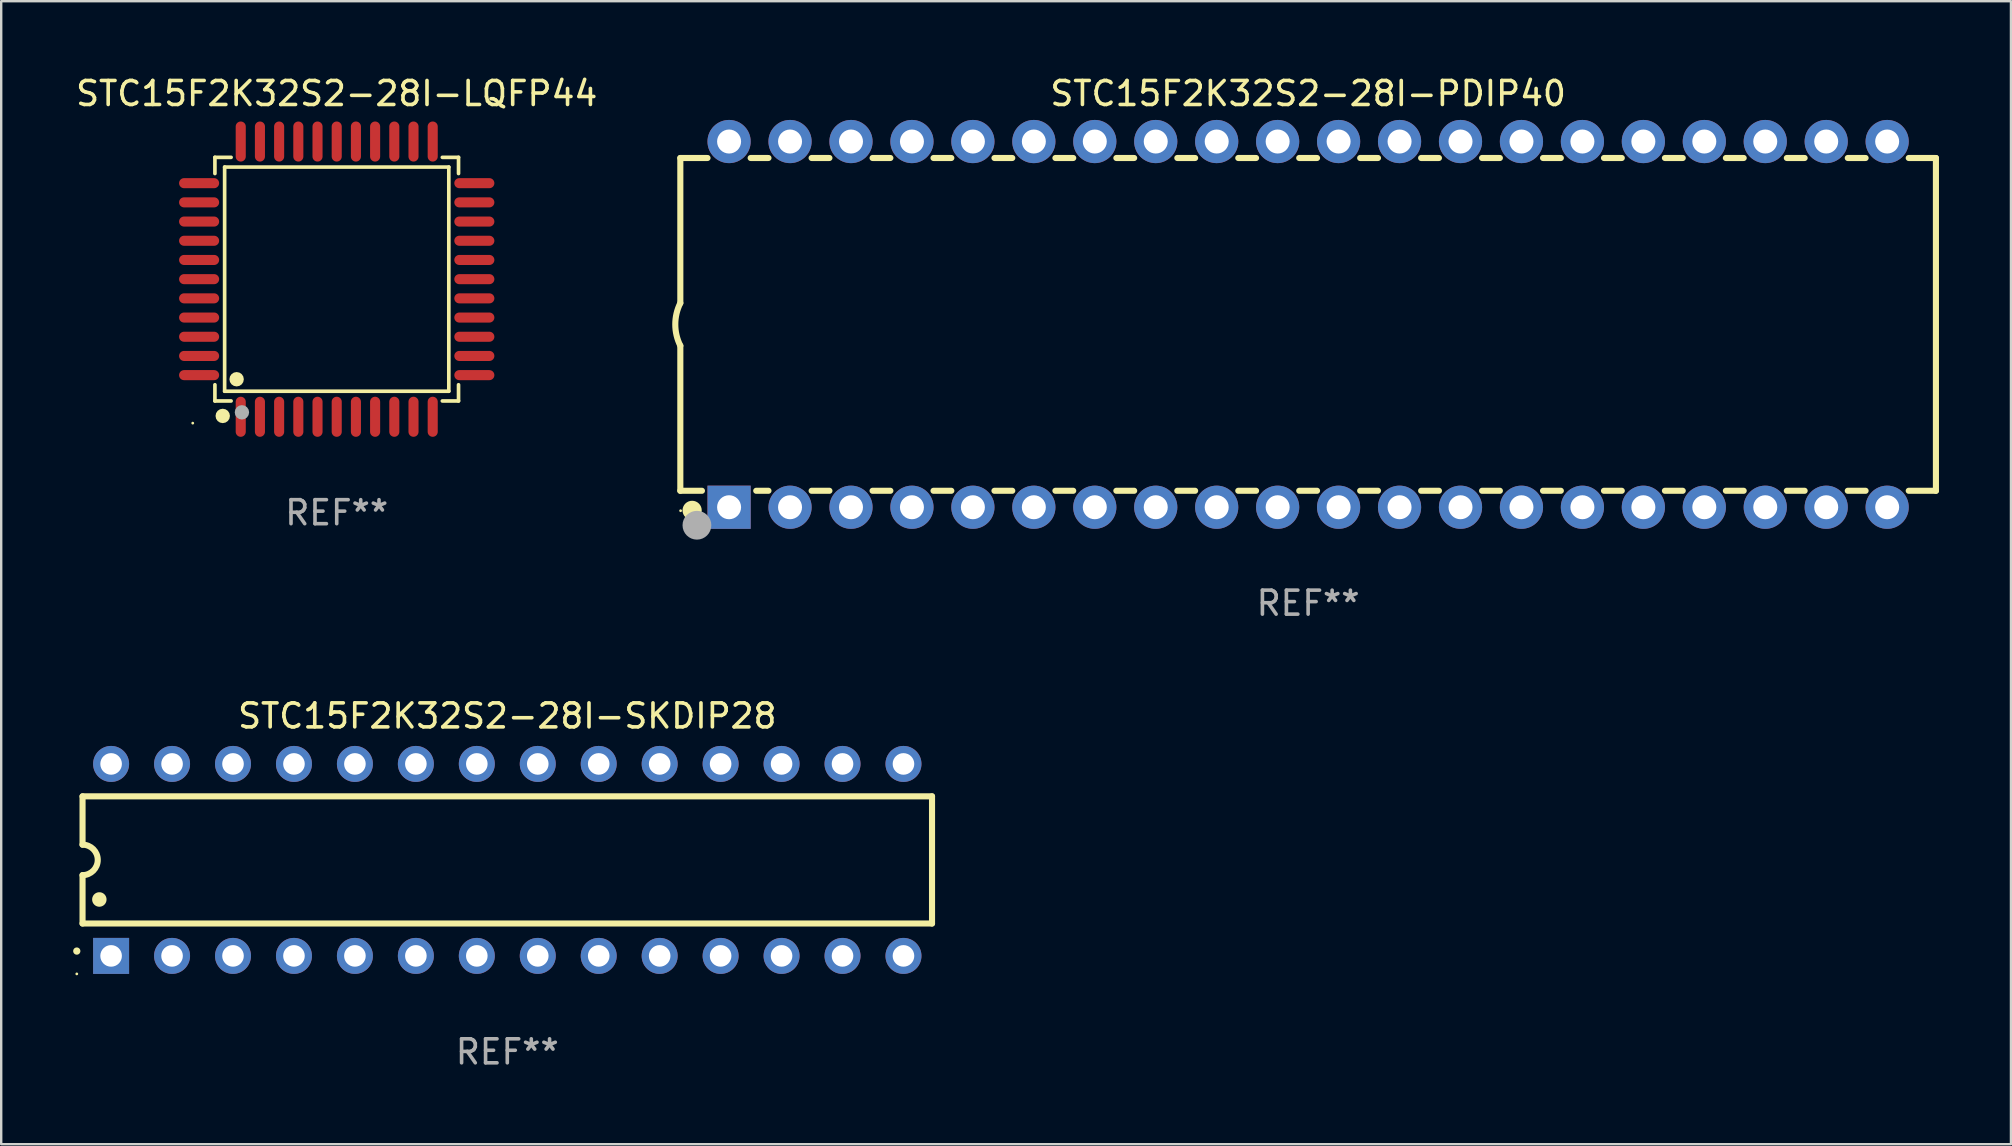
<source format=kicad_pcb>
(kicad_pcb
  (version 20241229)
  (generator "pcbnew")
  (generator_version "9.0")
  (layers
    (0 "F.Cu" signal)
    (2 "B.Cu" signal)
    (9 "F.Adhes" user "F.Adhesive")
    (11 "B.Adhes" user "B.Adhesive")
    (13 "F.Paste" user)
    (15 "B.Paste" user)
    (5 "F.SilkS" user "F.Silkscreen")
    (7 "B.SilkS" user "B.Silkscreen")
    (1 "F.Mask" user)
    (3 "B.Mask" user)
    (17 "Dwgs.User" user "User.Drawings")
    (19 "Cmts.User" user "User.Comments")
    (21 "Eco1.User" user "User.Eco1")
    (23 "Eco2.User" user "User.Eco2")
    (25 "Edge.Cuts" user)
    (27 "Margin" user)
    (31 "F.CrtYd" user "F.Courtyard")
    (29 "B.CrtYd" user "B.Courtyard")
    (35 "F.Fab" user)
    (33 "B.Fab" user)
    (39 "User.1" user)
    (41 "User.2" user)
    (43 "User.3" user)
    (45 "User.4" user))
  (footprint "STC15F2K32S2-28I-SKDIP28"
    (layer "F.Cu")
    (at 18.09 32.785)
    (property "Reference" "STC15F2K32S2-28I-SKDIP28" (at 0 -6 0) (layer "F.SilkS") (effects (font (size 1 1) (thickness 0.15))))
    (attr through_hole)
    (fp_line (start -17.7 -2.65) (end 17.7 -2.65) (stroke (width 0.254) (type solid)) (layer "F.SilkS"))
    (fp_line (start -17.7 -0.635) (end -17.7 -2.65) (stroke (width 0.254) (type solid)) (layer "F.SilkS"))
    (fp_line (start -17.7 2.65) (end -17.7 0.635) (stroke (width 0.254) (type solid)) (layer "F.SilkS"))
    (fp_line (start 17.7 -2.65) (end 17.7 2.65) (stroke (width 0.254) (type solid)) (layer "F.SilkS"))
    (fp_line (start 17.7 2.65) (end -17.7 2.65) (stroke (width 0.254) (type solid)) (layer "F.SilkS"))
    (fp_arc (start -17.940056 3.799848) (mid -17.940061 3.798578) (end -17.940056 3.797308) (stroke (width 0.3) (type solid)) (layer "F.SilkS"))
    (fp_arc (start -17.701295 -0.635001) (mid -17.066294 0) (end -17.701295 0.635001) (stroke (width 0.254001) (type solid)) (layer "F.SilkS"))
    (fp_arc (start -17.000254 1.651003) (mid -17.000265 1.648463) (end -17.000254 1.645923) (stroke (width 0.6) (type solid)) (layer "F.SilkS"))
    (fp_circle (center -17.94 4.75) (end -17.91 4.75) (stroke (width 0.06) (type solid)) (fill no) (layer "F.SilkS"))
    (fp_text user "REF**" (at 0 8 0) (layer "F.Fab") (effects (font (size 1 1) (thickness 0.15))))
    (pad "1" thru_hole rect (at -16.51 4 90) (size 1.5 1.5) (drill 0.9) (layers "*.Cu" "*.Mask"))
    (pad "2" thru_hole circle (at -13.97 4) (size 1.5 1.5) (drill 0.9) (layers "*.Cu" "*.Mask"))
    (pad "3" thru_hole circle (at -11.43 4) (size 1.5 1.5) (drill 0.9) (layers "*.Cu" "*.Mask"))
    (pad "4" thru_hole circle (at -8.89 4) (size 1.5 1.5) (drill 0.9) (layers "*.Cu" "*.Mask"))
    (pad "5" thru_hole circle (at -6.35 4) (size 1.5 1.5) (drill 0.9) (layers "*.Cu" "*.Mask"))
    (pad "6" thru_hole circle (at -3.81 4) (size 1.5 1.5) (drill 0.9) (layers "*.Cu" "*.Mask"))
    (pad "7" thru_hole circle (at -1.27 4) (size 1.5 1.5) (drill 0.9) (layers "*.Cu" "*.Mask"))
    (pad "8" thru_hole circle (at 1.27 4) (size 1.5 1.5) (drill 0.9) (layers "*.Cu" "*.Mask"))
    (pad "9" thru_hole circle (at 3.81 4) (size 1.5 1.5) (drill 0.9) (layers "*.Cu" "*.Mask"))
    (pad "10" thru_hole circle (at 6.35 4) (size 1.5 1.5) (drill 0.9) (layers "*.Cu" "*.Mask"))
    (pad "11" thru_hole circle (at 8.89 4) (size 1.5 1.5) (drill 0.9) (layers "*.Cu" "*.Mask"))
    (pad "12" thru_hole circle (at 11.43 4) (size 1.5 1.5) (drill 0.9) (layers "*.Cu" "*.Mask"))
    (pad "13" thru_hole circle (at 13.97 4) (size 1.5 1.5) (drill 0.9) (layers "*.Cu" "*.Mask"))
    (pad "14" thru_hole circle (at 16.51 4) (size 1.5 1.5) (drill 0.9) (layers "*.Cu" "*.Mask"))
    (pad "15" thru_hole circle (at 16.51 -4) (size 1.5 1.5) (drill 0.9) (layers "*.Cu" "*.Mask"))
    (pad "16" thru_hole circle (at 13.97 -4) (size 1.5 1.5) (drill 0.9) (layers "*.Cu" "*.Mask"))
    (pad "17" thru_hole circle (at 11.43 -4) (size 1.5 1.5) (drill 0.9) (layers "*.Cu" "*.Mask"))
    (pad "18" thru_hole circle (at 8.89 -4) (size 1.5 1.5) (drill 0.9) (layers "*.Cu" "*.Mask"))
    (pad "19" thru_hole circle (at 6.35 -4) (size 1.5 1.5) (drill 0.9) (layers "*.Cu" "*.Mask"))
    (pad "20" thru_hole circle (at 3.81 -4) (size 1.5 1.5) (drill 0.9) (layers "*.Cu" "*.Mask"))
    (pad "21" thru_hole circle (at 1.27 -4) (size 1.5 1.5) (drill 0.9) (layers "*.Cu" "*.Mask"))
    (pad "22" thru_hole circle (at -1.27 -4) (size 1.5 1.5) (drill 0.9) (layers "*.Cu" "*.Mask"))
    (pad "23" thru_hole circle (at -3.81 -4) (size 1.5 1.5) (drill 0.9) (layers "*.Cu" "*.Mask"))
    (pad "24" thru_hole circle (at -6.35 -4) (size 1.5 1.5) (drill 0.9) (layers "*.Cu" "*.Mask"))
    (pad "25" thru_hole circle (at -8.89 -4) (size 1.5 1.5) (drill 0.9) (layers "*.Cu" "*.Mask"))
    (pad "26" thru_hole circle (at -11.43 -4) (size 1.5 1.5) (drill 0.9) (layers "*.Cu" "*.Mask"))
    (pad "27" thru_hole circle (at -13.97 -4) (size 1.5 1.5) (drill 0.9) (layers "*.Cu" "*.Mask"))
    (pad "28" thru_hole circle (at -16.51 -4) (size 1.5 1.5) (drill 0.9) (layers "*.Cu" "*.Mask")))
  (footprint "STC15F2K32S2-28I-PDIP40"
    (layer "F.Cu")
    (at 51.463 10.468)
    (property "Reference" "STC15F2K32S2-28I-PDIP40" (at 0 -9.62 0) (layer "F.SilkS") (effects (font (size 1 1) (thickness 0.15))))
    (attr through_hole)
    (fp_line (start -26.162 -6.934) (end -26.162 -0.889) (stroke (width 0.254) (type solid)) (layer "F.SilkS"))
    (fp_line (start -26.162 -6.934) (end -25.029 -6.934) (stroke (width 0.254) (type solid)) (layer "F.SilkS"))
    (fp_line (start -26.162 6.934) (end -26.162 0.889) (stroke (width 0.254) (type solid)) (layer "F.SilkS"))
    (fp_line (start -26.162 6.934) (end -25.261 6.934) (stroke (width 0.254) (type solid)) (layer "F.SilkS"))
    (fp_line (start -23.231 -6.934) (end -22.489 -6.934) (stroke (width 0.254) (type solid)) (layer "F.SilkS"))
    (fp_line (start -22.999 6.934) (end -22.489 6.934) (stroke (width 0.254) (type solid)) (layer "F.SilkS"))
    (fp_line (start -20.691 -6.934) (end -19.949 -6.934) (stroke (width 0.254) (type solid)) (layer "F.SilkS"))
    (fp_line (start -20.691 6.934) (end -19.949 6.934) (stroke (width 0.254) (type solid)) (layer "F.SilkS"))
    (fp_line (start -18.151 -6.934) (end -17.409 -6.934) (stroke (width 0.254) (type solid)) (layer "F.SilkS"))
    (fp_line (start -18.151 6.934) (end -17.409 6.934) (stroke (width 0.254) (type solid)) (layer "F.SilkS"))
    (fp_line (start -15.611 -6.934) (end -14.869 -6.934) (stroke (width 0.254) (type solid)) (layer "F.SilkS"))
    (fp_line (start -15.611 6.934) (end -14.869 6.934) (stroke (width 0.254) (type solid)) (layer "F.SilkS"))
    (fp_line (start -13.071 -6.934) (end -12.329 -6.934) (stroke (width 0.254) (type solid)) (layer "F.SilkS"))
    (fp_line (start -13.071 6.934) (end -12.329 6.934) (stroke (width 0.254) (type solid)) (layer "F.SilkS"))
    (fp_line (start -10.531 -6.934) (end -9.789 -6.934) (stroke (width 0.254) (type solid)) (layer "F.SilkS"))
    (fp_line (start -10.531 6.934) (end -9.789 6.934) (stroke (width 0.254) (type solid)) (layer "F.SilkS"))
    (fp_line (start -7.991 -6.934) (end -7.249 -6.934) (stroke (width 0.254) (type solid)) (layer "F.SilkS"))
    (fp_line (start -7.991 6.934) (end -7.249 6.934) (stroke (width 0.254) (type solid)) (layer "F.SilkS"))
    (fp_line (start -5.451 -6.934) (end -4.709 -6.934) (stroke (width 0.254) (type solid)) (layer "F.SilkS"))
    (fp_line (start -5.451 6.934) (end -4.709 6.934) (stroke (width 0.254) (type solid)) (layer "F.SilkS"))
    (fp_line (start -2.911 -6.934) (end -2.169 -6.934) (stroke (width 0.254) (type solid)) (layer "F.SilkS"))
    (fp_line (start -2.911 6.934) (end -2.169 6.934) (stroke (width 0.254) (type solid)) (layer "F.SilkS"))
    (fp_line (start -0.371 -6.934) (end 0.371 -6.934) (stroke (width 0.254) (type solid)) (layer "F.SilkS"))
    (fp_line (start -0.371 6.934) (end 0.371 6.934) (stroke (width 0.254) (type solid)) (layer "F.SilkS"))
    (fp_line (start 2.169 -6.934) (end 2.911 -6.934) (stroke (width 0.254) (type solid)) (layer "F.SilkS"))
    (fp_line (start 2.169 6.934) (end 2.911 6.934) (stroke (width 0.254) (type solid)) (layer "F.SilkS"))
    (fp_line (start 4.709 -6.934) (end 5.451 -6.934) (stroke (width 0.254) (type solid)) (layer "F.SilkS"))
    (fp_line (start 4.709 6.934) (end 5.451 6.934) (stroke (width 0.254) (type solid)) (layer "F.SilkS"))
    (fp_line (start 7.249 -6.934) (end 7.991 -6.934) (stroke (width 0.254) (type solid)) (layer "F.SilkS"))
    (fp_line (start 7.249 6.934) (end 7.991 6.934) (stroke (width 0.254) (type solid)) (layer "F.SilkS"))
    (fp_line (start 9.789 -6.934) (end 10.531 -6.934) (stroke (width 0.254) (type solid)) (layer "F.SilkS"))
    (fp_line (start 9.789 6.934) (end 10.531 6.934) (stroke (width 0.254) (type solid)) (layer "F.SilkS"))
    (fp_line (start 12.329 -6.934) (end 13.071 -6.934) (stroke (width 0.254) (type solid)) (layer "F.SilkS"))
    (fp_line (start 12.329 6.934) (end 13.071 6.934) (stroke (width 0.254) (type solid)) (layer "F.SilkS"))
    (fp_line (start 14.869 -6.934) (end 15.611 -6.934) (stroke (width 0.254) (type solid)) (layer "F.SilkS"))
    (fp_line (start 14.869 6.934) (end 15.611 6.934) (stroke (width 0.254) (type solid)) (layer "F.SilkS"))
    (fp_line (start 17.409 -6.934) (end 18.151 -6.934) (stroke (width 0.254) (type solid)) (layer "F.SilkS"))
    (fp_line (start 17.409 6.934) (end 18.151 6.934) (stroke (width 0.254) (type solid)) (layer "F.SilkS"))
    (fp_line (start 19.949 -6.934) (end 20.691 -6.934) (stroke (width 0.254) (type solid)) (layer "F.SilkS"))
    (fp_line (start 19.949 6.934) (end 20.691 6.934) (stroke (width 0.254) (type solid)) (layer "F.SilkS"))
    (fp_line (start 22.489 -6.934) (end 23.231 -6.934) (stroke (width 0.254) (type solid)) (layer "F.SilkS"))
    (fp_line (start 22.489 6.934) (end 23.231 6.934) (stroke (width 0.254) (type solid)) (layer "F.SilkS"))
    (fp_line (start 25.029 -6.934) (end 26.162 -6.934) (stroke (width 0.254) (type solid)) (layer "F.SilkS"))
    (fp_line (start 25.029 6.934) (end 26.162 6.934) (stroke (width 0.254) (type solid)) (layer "F.SilkS"))
    (fp_line (start 26.162 -6.934) (end 26.162 6.934) (stroke (width 0.254) (type solid)) (layer "F.SilkS"))
    (fp_arc (start -26.162052 0.889001) (mid -26.371917 0) (end -26.162052 -0.889002) (stroke (width 0.254001) (type solid)) (layer "F.SilkS"))
    (fp_circle (center -26.15 7.765) (end -26.12 7.765) (stroke (width 0.06) (type solid)) (fill no) (layer "F.SilkS"))
    (fp_circle (center -25.67 7.75) (end -25.47 7.75) (stroke (width 0.4) (type solid)) (fill no) (layer "F.SilkS"))
    (fp_circle (center -25.47 8.37) (end -25.17 8.37) (stroke (width 0.6) (type solid)) (fill no) (layer "F.Fab"))
    (fp_text user "REF**" (at 0 11.62 0) (layer "F.Fab") (effects (font (size 1 1) (thickness 0.15))))
    (pad "1" thru_hole rect (at -24.13 7.62) (size 1.8 1.8) (drill 1) (layers "*.Cu" "*.Mask"))
    (pad "2" thru_hole circle (at -21.59 7.62) (size 1.8 1.8) (drill 1) (layers "*.Cu" "*.Mask"))
    (pad "3" thru_hole circle (at -19.05 7.62) (size 1.8 1.8) (drill 1) (layers "*.Cu" "*.Mask"))
    (pad "4" thru_hole circle (at -16.51 7.62) (size 1.8 1.8) (drill 1) (layers "*.Cu" "*.Mask"))
    (pad "5" thru_hole circle (at -13.97 7.62) (size 1.8 1.8) (drill 1) (layers "*.Cu" "*.Mask"))
    (pad "6" thru_hole circle (at -11.43 7.62) (size 1.8 1.8) (drill 1) (layers "*.Cu" "*.Mask"))
    (pad "7" thru_hole circle (at -8.89 7.62) (size 1.8 1.8) (drill 1) (layers "*.Cu" "*.Mask"))
    (pad "8" thru_hole circle (at -6.35 7.62) (size 1.8 1.8) (drill 1) (layers "*.Cu" "*.Mask"))
    (pad "9" thru_hole circle (at -3.81 7.62) (size 1.8 1.8) (drill 1) (layers "*.Cu" "*.Mask"))
    (pad "10" thru_hole circle (at -1.27 7.62) (size 1.8 1.8) (drill 1) (layers "*.Cu" "*.Mask"))
    (pad "11" thru_hole circle (at 1.27 7.62) (size 1.8 1.8) (drill 1) (layers "*.Cu" "*.Mask"))
    (pad "12" thru_hole circle (at 3.81 7.62) (size 1.8 1.8) (drill 1) (layers "*.Cu" "*.Mask"))
    (pad "13" thru_hole circle (at 6.35 7.62) (size 1.8 1.8) (drill 1) (layers "*.Cu" "*.Mask"))
    (pad "14" thru_hole circle (at 8.89 7.62) (size 1.8 1.8) (drill 1) (layers "*.Cu" "*.Mask"))
    (pad "15" thru_hole circle (at 11.43 7.62) (size 1.8 1.8) (drill 1) (layers "*.Cu" "*.Mask"))
    (pad "16" thru_hole circle (at 13.97 7.62) (size 1.8 1.8) (drill 1) (layers "*.Cu" "*.Mask"))
    (pad "17" thru_hole circle (at 16.51 7.62) (size 1.8 1.8) (drill 1) (layers "*.Cu" "*.Mask"))
    (pad "18" thru_hole circle (at 19.05 7.62) (size 1.8 1.8) (drill 1) (layers "*.Cu" "*.Mask"))
    (pad "19" thru_hole circle (at 21.59 7.62) (size 1.8 1.8) (drill 1) (layers "*.Cu" "*.Mask"))
    (pad "20" thru_hole circle (at 24.13 7.62) (size 1.8 1.8) (drill 1) (layers "*.Cu" "*.Mask"))
    (pad "21" thru_hole circle (at 24.13 -7.62) (size 1.8 1.8) (drill 1) (layers "*.Cu" "*.Mask"))
    (pad "22" thru_hole circle (at 21.59 -7.62) (size 1.8 1.8) (drill 1) (layers "*.Cu" "*.Mask"))
    (pad "23" thru_hole circle (at 19.05 -7.62) (size 1.8 1.8) (drill 1) (layers "*.Cu" "*.Mask"))
    (pad "24" thru_hole circle (at 16.51 -7.62) (size 1.8 1.8) (drill 1) (layers "*.Cu" "*.Mask"))
    (pad "25" thru_hole circle (at 13.97 -7.62) (size 1.8 1.8) (drill 1) (layers "*.Cu" "*.Mask"))
    (pad "26" thru_hole circle (at 11.43 -7.62) (size 1.8 1.8) (drill 1) (layers "*.Cu" "*.Mask"))
    (pad "27" thru_hole circle (at 8.89 -7.62) (size 1.8 1.8) (drill 1) (layers "*.Cu" "*.Mask"))
    (pad "28" thru_hole circle (at 6.35 -7.62) (size 1.8 1.8) (drill 1) (layers "*.Cu" "*.Mask"))
    (pad "29" thru_hole circle (at 3.81 -7.62) (size 1.8 1.8) (drill 1) (layers "*.Cu" "*.Mask"))
    (pad "30" thru_hole circle (at 1.27 -7.62) (size 1.8 1.8) (drill 1) (layers "*.Cu" "*.Mask"))
    (pad "31" thru_hole circle (at -1.27 -7.62) (size 1.8 1.8) (drill 1) (layers "*.Cu" "*.Mask"))
    (pad "32" thru_hole circle (at -3.81 -7.62) (size 1.8 1.8) (drill 1) (layers "*.Cu" "*.Mask"))
    (pad "33" thru_hole circle (at -6.35 -7.62) (size 1.8 1.8) (drill 1) (layers "*.Cu" "*.Mask"))
    (pad "34" thru_hole circle (at -8.89 -7.62) (size 1.8 1.8) (drill 1) (layers "*.Cu" "*.Mask"))
    (pad "35" thru_hole circle (at -11.43 -7.62) (size 1.8 1.8) (drill 1) (layers "*.Cu" "*.Mask"))
    (pad "36" thru_hole circle (at -13.97 -7.62) (size 1.8 1.8) (drill 1) (layers "*.Cu" "*.Mask"))
    (pad "37" thru_hole circle (at -16.51 -7.62) (size 1.8 1.8) (drill 1) (layers "*.Cu" "*.Mask"))
    (pad "38" thru_hole circle (at -19.05 -7.62) (size 1.8 1.8) (drill 1) (layers "*.Cu" "*.Mask"))
    (pad "39" thru_hole circle (at -21.59 -7.62) (size 1.8 1.8) (drill 1) (layers "*.Cu" "*.Mask"))
    (pad "40" thru_hole circle (at -24.13 -7.62) (size 1.8 1.8) (drill 1) (layers "*.Cu" "*.Mask")))
  (footprint "STC15F2K32S2-28I-LQFP44"
    (layer "F.Cu")
    (at 10.982 8.583)
    (property "Reference" "STC15F2K32S2-28I-LQFP44" (at 0 -7.735 0) (layer "F.SilkS") (effects (font (size 1 1) (thickness 0.15))))
    (attr through_hole)
    (fp_line (start -5.076 -5.076) (end -4.401 -5.076) (stroke (width 0.152) (type solid)) (layer "F.SilkS"))
    (fp_line (start -5.076 -4.401) (end -5.076 -5.076) (stroke (width 0.152) (type solid)) (layer "F.SilkS"))
    (fp_line (start -5.076 4.401) (end -5.076 5.076) (stroke (width 0.152) (type solid)) (layer "F.SilkS"))
    (fp_line (start -5.076 5.076) (end -4.401 5.076) (stroke (width 0.152) (type solid)) (layer "F.SilkS"))
    (fp_line (start -4.671 -4.671) (end 4.671 -4.671) (stroke (width 0.152) (type solid)) (layer "F.SilkS"))
    (fp_line (start -4.671 4.671) (end -4.671 -4.671) (stroke (width 0.152) (type solid)) (layer "F.SilkS"))
    (fp_line (start 4.671 -4.671) (end 4.671 4.671) (stroke (width 0.152) (type solid)) (layer "F.SilkS"))
    (fp_line (start 4.671 4.671) (end -4.671 4.671) (stroke (width 0.152) (type solid)) (layer "F.SilkS"))
    (fp_line (start 5.076 -5.076) (end 4.401 -5.076) (stroke (width 0.152) (type solid)) (layer "F.SilkS"))
    (fp_line (start 5.076 -4.401) (end 5.076 -5.076) (stroke (width 0.152) (type solid)) (layer "F.SilkS"))
    (fp_line (start 5.076 4.401) (end 5.076 5.076) (stroke (width 0.152) (type solid)) (layer "F.SilkS"))
    (fp_line (start 5.076 5.076) (end 4.401 5.076) (stroke (width 0.152) (type solid)) (layer "F.SilkS"))
    (fp_circle (center -6 6) (end -5.97 6) (stroke (width 0.06) (type solid)) (fill no) (layer "F.SilkS"))
    (fp_circle (center -4.75 5.7) (end -4.6 5.7) (stroke (width 0.3) (type solid)) (fill no) (layer "F.SilkS"))
    (fp_circle (center -4.171 4.171) (end -4.021 4.171) (stroke (width 0.3) (type solid)) (fill no) (layer "F.SilkS"))
    (fp_circle (center -3.95 5.55) (end -3.8 5.55) (stroke (width 0.3) (type solid)) (fill no) (layer "F.Fab"))
    (fp_text user "REF**" (at 0 9.735 0) (layer "F.Fab") (effects (font (size 1 1) (thickness 0.15))))
    (pad "1" smd oval (at -4 5.735) (size 0.42 1.67) (layers "F.Cu" "F.Mask" "F.Paste"))
    (pad "2" smd oval (at -3.2 5.735) (size 0.42 1.67) (layers "F.Cu" "F.Mask" "F.Paste"))
    (pad "3" smd oval (at -2.4 5.735) (size 0.42 1.67) (layers "F.Cu" "F.Mask" "F.Paste"))
    (pad "4" smd oval (at -1.6 5.735) (size 0.42 1.67) (layers "F.Cu" "F.Mask" "F.Paste"))
    (pad "5" smd oval (at -0.8 5.735) (size 0.42 1.67) (layers "F.Cu" "F.Mask" "F.Paste"))
    (pad "6" smd oval (at 0 5.735) (size 0.42 1.67) (layers "F.Cu" "F.Mask" "F.Paste"))
    (pad "7" smd oval (at 0.8 5.735) (size 0.42 1.67) (layers "F.Cu" "F.Mask" "F.Paste"))
    (pad "8" smd oval (at 1.6 5.735) (size 0.42 1.67) (layers "F.Cu" "F.Mask" "F.Paste"))
    (pad "9" smd oval (at 2.4 5.735) (size 0.42 1.67) (layers "F.Cu" "F.Mask" "F.Paste"))
    (pad "10" smd oval (at 3.2 5.735) (size 0.42 1.67) (layers "F.Cu" "F.Mask" "F.Paste"))
    (pad "11" smd oval (at 4 5.735) (size 0.42 1.67) (layers "F.Cu" "F.Mask" "F.Paste"))
    (pad "12" smd oval (at 5.735 4) (size 1.67 0.42) (layers "F.Cu" "F.Mask" "F.Paste"))
    (pad "13" smd oval (at 5.735 3.2) (size 1.67 0.42) (layers "F.Cu" "F.Mask" "F.Paste"))
    (pad "14" smd oval (at 5.735 2.4) (size 1.67 0.42) (layers "F.Cu" "F.Mask" "F.Paste"))
    (pad "15" smd oval (at 5.735 1.6) (size 1.67 0.42) (layers "F.Cu" "F.Mask" "F.Paste"))
    (pad "16" smd oval (at 5.735 0.8) (size 1.67 0.42) (layers "F.Cu" "F.Mask" "F.Paste"))
    (pad "17" smd oval (at 5.735 0) (size 1.67 0.42) (layers "F.Cu" "F.Mask" "F.Paste"))
    (pad "18" smd oval (at 5.735 -0.8) (size 1.67 0.42) (layers "F.Cu" "F.Mask" "F.Paste"))
    (pad "19" smd oval (at 5.735 -1.6) (size 1.67 0.42) (layers "F.Cu" "F.Mask" "F.Paste"))
    (pad "20" smd oval (at 5.735 -2.4) (size 1.67 0.42) (layers "F.Cu" "F.Mask" "F.Paste"))
    (pad "21" smd oval (at 5.735 -3.2) (size 1.67 0.42) (layers "F.Cu" "F.Mask" "F.Paste"))
    (pad "22" smd oval (at 5.735 -4) (size 1.67 0.42) (layers "F.Cu" "F.Mask" "F.Paste"))
    (pad "23" smd oval (at 4 -5.735) (size 0.42 1.67) (layers "F.Cu" "F.Mask" "F.Paste"))
    (pad "24" smd oval (at 3.2 -5.735) (size 0.42 1.67) (layers "F.Cu" "F.Mask" "F.Paste"))
    (pad "25" smd oval (at 2.4 -5.735) (size 0.42 1.67) (layers "F.Cu" "F.Mask" "F.Paste"))
    (pad "26" smd oval (at 1.6 -5.735) (size 0.42 1.67) (layers "F.Cu" "F.Mask" "F.Paste"))
    (pad "27" smd oval (at 0.8 -5.735) (size 0.42 1.67) (layers "F.Cu" "F.Mask" "F.Paste"))
    (pad "28" smd oval (at 0 -5.735) (size 0.42 1.67) (layers "F.Cu" "F.Mask" "F.Paste"))
    (pad "29" smd oval (at -0.8 -5.735) (size 0.42 1.67) (layers "F.Cu" "F.Mask" "F.Paste"))
    (pad "30" smd oval (at -1.6 -5.735) (size 0.42 1.67) (layers "F.Cu" "F.Mask" "F.Paste"))
    (pad "31" smd oval (at -2.4 -5.735) (size 0.42 1.67) (layers "F.Cu" "F.Mask" "F.Paste"))
    (pad "32" smd oval (at -3.2 -5.735) (size 0.42 1.67) (layers "F.Cu" "F.Mask" "F.Paste"))
    (pad "33" smd oval (at -4 -5.735) (size 0.42 1.67) (layers "F.Cu" "F.Mask" "F.Paste"))
    (pad "34" smd oval (at -5.735 -4) (size 1.67 0.42) (layers "F.Cu" "F.Mask" "F.Paste"))
    (pad "35" smd oval (at -5.735 -3.2) (size 1.67 0.42) (layers "F.Cu" "F.Mask" "F.Paste"))
    (pad "36" smd oval (at -5.735 -2.4) (size 1.67 0.42) (layers "F.Cu" "F.Mask" "F.Paste"))
    (pad "37" smd oval (at -5.735 -1.6) (size 1.67 0.42) (layers "F.Cu" "F.Mask" "F.Paste"))
    (pad "38" smd oval (at -5.735 -0.8) (size 1.67 0.42) (layers "F.Cu" "F.Mask" "F.Paste"))
    (pad "39" smd oval (at -5.735 0) (size 1.67 0.42) (layers "F.Cu" "F.Mask" "F.Paste"))
    (pad "40" smd oval (at -5.735 0.8) (size 1.67 0.42) (layers "F.Cu" "F.Mask" "F.Paste"))
    (pad "41" smd oval (at -5.735 1.6) (size 1.67 0.42) (layers "F.Cu" "F.Mask" "F.Paste"))
    (pad "42" smd oval (at -5.735 2.4) (size 1.67 0.42) (layers "F.Cu" "F.Mask" "F.Paste"))
    (pad "43" smd oval (at -5.735 3.2) (size 1.67 0.42) (layers "F.Cu" "F.Mask" "F.Paste"))
    (pad "44" smd oval (at -5.735 4) (size 1.67 0.42) (layers "F.Cu" "F.Mask" "F.Paste")))
  (gr_rect
    (start -3 -3)
    (end 80.752 44.633)
    (stroke (width 0.1) (type default))
    (fill no)
    (layer "Edge.Cuts")))
</source>
